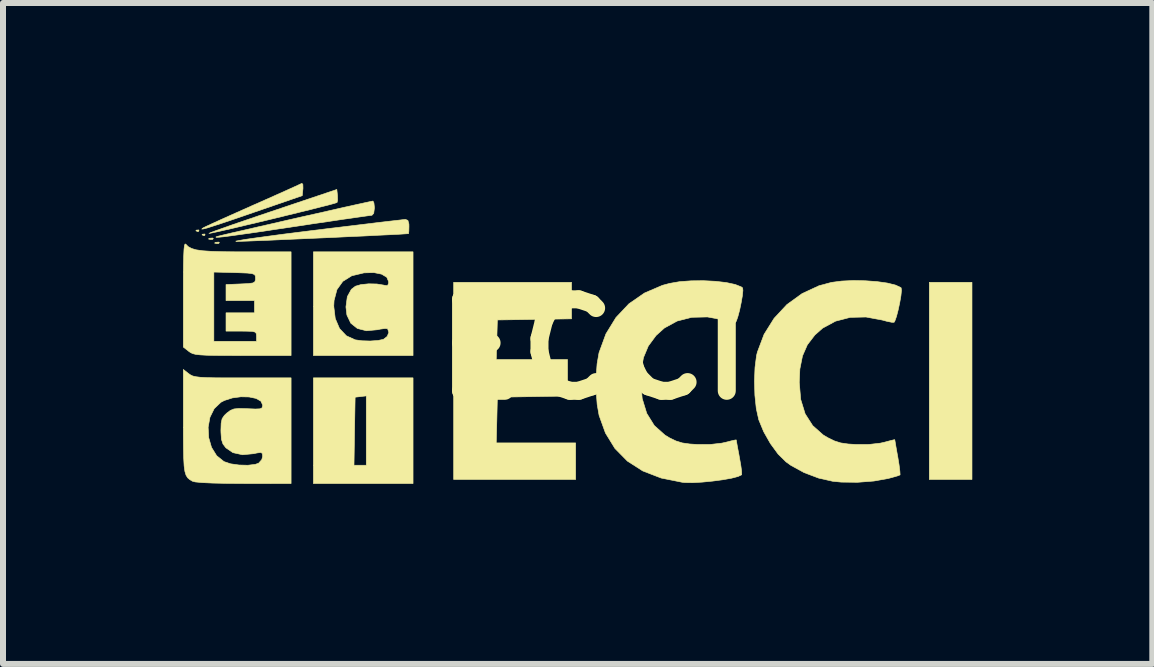
<source format=kicad_pcb>
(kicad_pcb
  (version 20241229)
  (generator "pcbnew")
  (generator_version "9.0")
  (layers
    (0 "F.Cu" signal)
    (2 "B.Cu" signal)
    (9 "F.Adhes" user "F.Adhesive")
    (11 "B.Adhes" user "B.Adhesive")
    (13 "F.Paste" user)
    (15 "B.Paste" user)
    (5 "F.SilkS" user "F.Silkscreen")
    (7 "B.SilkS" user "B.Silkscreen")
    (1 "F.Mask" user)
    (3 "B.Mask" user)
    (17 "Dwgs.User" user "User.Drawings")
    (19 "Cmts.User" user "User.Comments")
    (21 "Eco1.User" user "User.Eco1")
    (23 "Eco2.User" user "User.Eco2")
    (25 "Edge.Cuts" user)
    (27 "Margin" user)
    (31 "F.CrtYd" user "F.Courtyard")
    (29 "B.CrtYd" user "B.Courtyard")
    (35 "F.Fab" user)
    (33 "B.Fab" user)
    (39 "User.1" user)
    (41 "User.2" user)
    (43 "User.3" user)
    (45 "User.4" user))
  (footprint "ECCI"
    (layer "F.Cu")
    (at 6.846 2.772)
    (property "Reference" "ECCI" (at 0 0 0) (layer "F.SilkS") (effects (font (size 1.524 1.524) (thickness 0.3))))
    (attr through_hole)
    (fp_poly (pts (xy 6.299 2.167) (xy 5.588 2.167) (xy 5.588 -1.118) (xy 6.299 -1.118) (xy 6.299 2.167)) (stroke (width 0.01) (type solid)) (fill yes) (layer "F.SilkS"))
    (fp_poly (pts (xy -6.581 -1.987) (xy -6.586 -1.967) (xy -6.604 -1.964) (xy -6.632 -1.977) (xy -6.627 -1.987) (xy -6.586 -1.991) (xy -6.581 -1.987)) (stroke (width 0.01) (type solid)) (fill yes) (layer "F.SilkS"))
    (fp_poly (pts (xy -6.48 -1.919) (xy -6.484 -1.899) (xy -6.502 -1.897) (xy -6.53 -1.909) (xy -6.525 -1.919) (xy -6.485 -1.923) (xy -6.48 -1.919)) (stroke (width 0.01) (type solid)) (fill yes) (layer "F.SilkS"))
    (fp_poly (pts (xy -6.342 -1.849) (xy -6.352 -1.834) (xy -6.387 -1.831) (xy -6.423 -1.84) (xy -6.407 -1.852) (xy -6.354 -1.856) (xy -6.342 -1.849)) (stroke (width 0.01) (type solid)) (fill yes) (layer "F.SilkS"))
    (fp_poly (pts (xy -6.241 -1.782) (xy -6.251 -1.766) (xy -6.285 -1.764) (xy -6.321 -1.772) (xy -6.306 -1.784) (xy -6.253 -1.788) (xy -6.241 -1.782)) (stroke (width 0.01) (type solid)) (fill yes) (layer "F.SilkS"))
    (fp_poly (pts (xy -3.014 2.235) (xy -4.674 2.235) (xy -4.674 1.93) (xy -3.998 1.93) (xy -3.793 1.93) (xy -3.793 0.774) (xy -3.886 0.785) (xy -3.979 0.796) (xy -3.989 1.363) (xy -3.998 1.93) (xy -4.674 1.93) (xy -4.674 0.474) (xy -3.014 0.474) (xy -3.014 2.235)) (stroke (width 0.01) (type solid)) (fill yes) (layer "F.SilkS"))
    (fp_poly (pts (xy -0.373 -0.51) (xy -0.991 -0.5) (xy -1.609 -0.491) (xy -1.628 0.169) (xy -0.44 0.169) (xy -0.44 0.777) (xy -1.609 0.796) (xy -1.618 1.177) (xy -1.628 1.558) (xy -0.305 1.558) (xy -0.305 2.167) (xy -2.337 2.167) (xy -2.337 -1.118) (xy -0.373 -1.118) (xy -0.373 -0.51)) (stroke (width 0.01) (type solid)) (fill yes) (layer "F.SilkS"))
    (fp_poly (pts (xy -4.85 -2.75) (xy -4.848 -2.686) (xy -4.849 -2.673) (xy -4.86 -2.562) (xy -5.673 -2.282) (xy -5.949 -2.187) (xy -6.167 -2.113) (xy -6.33 -2.06) (xy -6.442 -2.024) (xy -6.509 -2.007) (xy -6.534 -2.005) (xy -6.523 -2.017) (xy -6.502 -2.03) (xy -6.458 -2.051) (xy -6.361 -2.096) (xy -6.221 -2.16) (xy -6.045 -2.239) (xy -5.843 -2.329) (xy -5.673 -2.405) (xy -5.458 -2.5) (xy -5.265 -2.586) (xy -5.1 -2.66) (xy -4.972 -2.718) (xy -4.892 -2.755) (xy -4.866 -2.767) (xy -4.85 -2.75)) (stroke (width 0.01) (type solid)) (fill yes) (layer "F.SilkS"))
    (fp_poly (pts (xy -4.273 -2.565) (xy -4.271 -2.488) (xy -4.28 -2.448) (xy -4.317 -2.436) (xy -4.409 -2.41) (xy -4.548 -2.375) (xy -4.725 -2.33) (xy -4.929 -2.28) (xy -5.15 -2.226) (xy -5.38 -2.17) (xy -5.609 -2.115) (xy -5.827 -2.064) (xy -6.024 -2.017) (xy -6.191 -1.979) (xy -6.318 -1.951) (xy -6.395 -1.935) (xy -6.414 -1.933) (xy -6.392 -1.944) (xy -6.313 -1.974) (xy -6.184 -2.02) (xy -6.012 -2.081) (xy -5.804 -2.152) (xy -5.567 -2.233) (xy -5.368 -2.3) (xy -4.284 -2.665) (xy -4.273 -2.565)) (stroke (width 0.01) (type solid)) (fill yes) (layer "F.SilkS"))
    (fp_poly (pts (xy -3.1 -2.15) (xy -3.083 -2.09) (xy -3.082 -2.049) (xy -3.084 -1.97) (xy -3.089 -1.93) (xy -3.09 -1.929) (xy -3.138 -1.926) (xy -3.244 -1.919) (xy -3.401 -1.911) (xy -3.598 -1.902) (xy -3.828 -1.89) (xy -4.081 -1.879) (xy -4.349 -1.866) (xy -4.623 -1.854) (xy -4.893 -1.842) (xy -5.152 -1.831) (xy -5.39 -1.82) (xy -5.598 -1.812) (xy -5.768 -1.805) (xy -5.89 -1.801) (xy -5.956 -1.799) (xy -5.961 -1.799) (xy -5.967 -1.804) (xy -5.912 -1.815) (xy -5.802 -1.834) (xy -5.641 -1.857) (xy -5.436 -1.885) (xy -5.192 -1.918) (xy -4.914 -1.953) (xy -4.674 -1.983) (xy -4.364 -2.021) (xy -4.073 -2.056) (xy -3.809 -2.088) (xy -3.579 -2.116) (xy -3.39 -2.138) (xy -3.249 -2.154) (xy -3.164 -2.164) (xy -3.141 -2.166) (xy -3.1 -2.15)) (stroke (width 0.01) (type solid)) (fill yes) (layer "F.SilkS"))
    (fp_poly (pts (xy -3.666 -2.442) (xy -3.658 -2.369) (xy -3.658 -2.354) (xy -3.669 -2.268) (xy -3.699 -2.235) (xy -3.701 -2.235) (xy -3.743 -2.23) (xy -3.844 -2.216) (xy -3.997 -2.194) (xy -4.194 -2.166) (xy -4.427 -2.131) (xy -4.688 -2.093) (xy -4.97 -2.05) (xy -4.978 -2.049) (xy -5.333 -1.996) (xy -5.626 -1.952) (xy -5.86 -1.919) (xy -6.039 -1.894) (xy -6.169 -1.877) (xy -6.252 -1.869) (xy -6.294 -1.868) (xy -6.298 -1.873) (xy -6.282 -1.881) (xy -6.242 -1.891) (xy -6.144 -1.915) (xy -5.999 -1.949) (xy -5.814 -1.991) (xy -5.598 -2.041) (xy -5.361 -2.095) (xy -5.11 -2.153) (xy -4.855 -2.211) (xy -4.605 -2.267) (xy -4.367 -2.321) (xy -4.152 -2.37) (xy -3.967 -2.411) (xy -3.821 -2.443) (xy -3.723 -2.464) (xy -3.683 -2.472) (xy -3.682 -2.472) (xy -3.666 -2.442)) (stroke (width 0.01) (type solid)) (fill yes) (layer "F.SilkS"))
    (fp_poly (pts (xy -3.014 0.102) (xy -4.674 0.102) (xy -4.674 -0.719) (xy -4.335 -0.719) (xy -4.31 -0.514) (xy -4.239 -0.348) (xy -4.125 -0.227) (xy -3.979 -0.16) (xy -3.865 -0.144) (xy -3.727 -0.14) (xy -3.597 -0.149) (xy -3.507 -0.168) (xy -3.444 -0.217) (xy -3.417 -0.285) (xy -3.438 -0.345) (xy -3.479 -0.349) (xy -3.561 -0.338) (xy -3.607 -0.328) (xy -3.791 -0.311) (xy -3.941 -0.349) (xy -4.051 -0.437) (xy -4.116 -0.573) (xy -4.132 -0.708) (xy -4.109 -0.879) (xy -4.042 -1.001) (xy -3.974 -1.053) (xy -3.882 -1.08) (xy -3.753 -1.093) (xy -3.616 -1.09) (xy -3.5 -1.071) (xy -3.494 -1.069) (xy -3.439 -1.062) (xy -3.421 -1.102) (xy -3.421 -1.13) (xy -3.451 -1.202) (xy -3.537 -1.254) (xy -3.665 -1.28) (xy -3.826 -1.276) (xy -3.835 -1.275) (xy -4.035 -1.227) (xy -4.184 -1.134) (xy -4.282 -0.997) (xy -4.33 -0.815) (xy -4.335 -0.719) (xy -4.674 -0.719) (xy -4.674 -1.626) (xy -3.014 -1.626) (xy -3.014 0.102)) (stroke (width 0.01) (type solid)) (fill yes) (layer "F.SilkS"))
    (fp_poly (pts (xy -6.799 -1.752) (xy -6.799 -1.752) (xy -6.761 -1.713) (xy -6.707 -1.683) (xy -6.631 -1.66) (xy -6.522 -1.644) (xy -6.374 -1.634) (xy -6.178 -1.628) (xy -5.926 -1.626) (xy -5.806 -1.626) (xy -5.046 -1.626) (xy -5.046 0.102) (xy -5.854 0.102) (xy -6.11 0.101) (xy -6.307 0.1) (xy -6.453 0.097) (xy -6.559 0.091) (xy -6.633 0.083) (xy -6.684 0.07) (xy -6.721 0.053) (xy -6.752 0.031) (xy -6.841 -0.039) (xy -6.841 -0.135) (xy -6.333 -0.135) (xy -5.622 -0.135) (xy -5.622 -0.22) (xy -5.625 -0.263) (xy -5.644 -0.288) (xy -5.693 -0.301) (xy -5.787 -0.304) (xy -5.876 -0.305) (xy -6.13 -0.305) (xy -6.13 -0.61) (xy -5.656 -0.61) (xy -5.656 -0.813) (xy -6.13 -0.813) (xy -6.13 -1.081) (xy -5.884 -1.091) (xy -5.758 -1.097) (xy -5.684 -1.107) (xy -5.65 -1.127) (xy -5.639 -1.161) (xy -5.639 -1.185) (xy -5.641 -1.223) (xy -5.656 -1.248) (xy -5.696 -1.263) (xy -5.772 -1.272) (xy -5.898 -1.277) (xy -5.986 -1.28) (xy -6.333 -1.289) (xy -6.333 -0.135) (xy -6.841 -0.135) (xy -6.841 -0.923) (xy -6.841 -1.196) (xy -6.839 -1.407) (xy -6.835 -1.563) (xy -6.83 -1.669) (xy -6.822 -1.732) (xy -6.812 -1.758) (xy -6.799 -1.752)) (stroke (width 0.01) (type solid)) (fill yes) (layer "F.SilkS"))
    (fp_poly (pts (xy -6.752 0.404) (xy -6.72 0.426) (xy -6.684 0.443) (xy -6.632 0.455) (xy -6.558 0.464) (xy -6.452 0.47) (xy -6.304 0.473) (xy -6.107 0.474) (xy -5.854 0.474) (xy -5.046 0.474) (xy -5.046 2.235) (xy -5.834 2.234) (xy -6.12 2.232) (xy -6.353 2.227) (xy -6.528 2.219) (xy -6.643 2.208) (xy -6.689 2.196) (xy -6.734 2.169) (xy -6.769 2.139) (xy -6.796 2.096) (xy -6.815 2.034) (xy -6.828 1.943) (xy -6.835 1.816) (xy -6.839 1.643) (xy -6.841 1.418) (xy -6.841 1.296) (xy -6.428 1.296) (xy -6.419 1.469) (xy -6.372 1.632) (xy -6.286 1.771) (xy -6.164 1.869) (xy -6.055 1.906) (xy -5.913 1.926) (xy -5.767 1.93) (xy -5.642 1.915) (xy -5.586 1.895) (xy -5.534 1.836) (xy -5.52 1.782) (xy -5.525 1.734) (xy -5.55 1.717) (xy -5.614 1.725) (xy -5.668 1.737) (xy -5.855 1.755) (xy -6.015 1.72) (xy -6.133 1.639) (xy -6.181 1.575) (xy -6.206 1.499) (xy -6.214 1.386) (xy -6.215 1.349) (xy -6.211 1.23) (xy -6.195 1.155) (xy -6.158 1.1) (xy -6.116 1.06) (xy -6.057 1.016) (xy -5.998 0.992) (xy -5.917 0.984) (xy -5.793 0.987) (xy -5.768 0.988) (xy -5.641 0.993) (xy -5.567 0.99) (xy -5.532 0.976) (xy -5.521 0.946) (xy -5.52 0.925) (xy -5.55 0.861) (xy -5.631 0.816) (xy -5.746 0.792) (xy -5.882 0.789) (xy -6.024 0.808) (xy -6.156 0.85) (xy -6.216 0.881) (xy -6.327 0.987) (xy -6.398 1.131) (xy -6.428 1.296) (xy -6.841 1.296) (xy -6.841 1.193) (xy -6.841 0.334) (xy -6.752 0.404)) (stroke (width 0.01) (type solid)) (fill yes) (layer "F.SilkS"))
    (fp_poly (pts (xy 2.025 -1.135) (xy 2.206 -1.114) (xy 2.354 -1.082) (xy 2.455 -1.042) (xy 2.477 -1.025) (xy 2.482 -0.982) (xy 2.473 -0.893) (xy 2.453 -0.778) (xy 2.428 -0.657) (xy 2.399 -0.549) (xy 2.373 -0.473) (xy 2.36 -0.452) (xy 2.321 -0.452) (xy 2.239 -0.469) (xy 2.165 -0.489) (xy 1.892 -0.541) (xy 1.629 -0.535) (xy 1.387 -0.473) (xy 1.174 -0.357) (xy 1.035 -0.232) (xy 0.906 -0.057) (xy 0.825 0.137) (xy 0.785 0.365) (xy 0.779 0.525) (xy 0.804 0.818) (xy 0.88 1.066) (xy 1.006 1.269) (xy 1.183 1.427) (xy 1.26 1.474) (xy 1.368 1.526) (xy 1.472 1.558) (xy 1.598 1.576) (xy 1.727 1.584) (xy 1.943 1.583) (xy 2.129 1.562) (xy 2.193 1.548) (xy 2.291 1.523) (xy 2.355 1.509) (xy 2.371 1.508) (xy 2.377 1.543) (xy 2.392 1.628) (xy 2.415 1.748) (xy 2.423 1.795) (xy 2.446 1.924) (xy 2.46 2.025) (xy 2.462 2.082) (xy 2.461 2.089) (xy 2.402 2.117) (xy 2.291 2.146) (xy 2.144 2.172) (xy 1.978 2.194) (xy 1.806 2.211) (xy 1.647 2.22) (xy 1.514 2.218) (xy 1.473 2.214) (xy 1.12 2.143) (xy 0.814 2.025) (xy 0.558 1.861) (xy 0.35 1.65) (xy 0.192 1.393) (xy 0.086 1.099) (xy 0.054 0.917) (xy 0.038 0.695) (xy 0.037 0.46) (xy 0.053 0.238) (xy 0.085 0.055) (xy 0.086 0.052) (xy 0.2 -0.259) (xy 0.367 -0.531) (xy 0.583 -0.76) (xy 0.843 -0.94) (xy 1.142 -1.068) (xy 1.261 -1.1) (xy 1.429 -1.129) (xy 1.622 -1.143) (xy 1.826 -1.145) (xy 2.025 -1.135)) (stroke (width 0.01) (type solid)) (fill yes) (layer "F.SilkS"))
    (fp_poly (pts (xy 4.522 -1.144) (xy 4.716 -1.13) (xy 4.888 -1.106) (xy 5.025 -1.072) (xy 5.111 -1.032) (xy 5.119 -1.025) (xy 5.124 -0.982) (xy 5.115 -0.893) (xy 5.095 -0.778) (xy 5.069 -0.657) (xy 5.041 -0.549) (xy 5.014 -0.473) (xy 5.001 -0.452) (xy 4.963 -0.452) (xy 4.88 -0.469) (xy 4.806 -0.489) (xy 4.533 -0.54) (xy 4.27 -0.534) (xy 4.026 -0.471) (xy 3.811 -0.355) (xy 3.681 -0.24) (xy 3.556 -0.077) (xy 3.475 0.108) (xy 3.431 0.327) (xy 3.421 0.548) (xy 3.445 0.833) (xy 3.519 1.073) (xy 3.645 1.27) (xy 3.821 1.426) (xy 3.899 1.472) (xy 4.008 1.525) (xy 4.112 1.558) (xy 4.237 1.576) (xy 4.369 1.584) (xy 4.585 1.583) (xy 4.771 1.562) (xy 4.834 1.548) (xy 4.932 1.522) (xy 4.997 1.506) (xy 5.012 1.504) (xy 5.018 1.536) (xy 5.032 1.62) (xy 5.053 1.739) (xy 5.063 1.793) (xy 5.084 1.923) (xy 5.097 2.026) (xy 5.101 2.084) (xy 5.1 2.091) (xy 5.062 2.106) (xy 4.979 2.13) (xy 4.905 2.15) (xy 4.664 2.193) (xy 4.392 2.214) (xy 4.121 2.211) (xy 3.979 2.197) (xy 3.744 2.144) (xy 3.501 2.052) (xy 3.282 1.932) (xy 3.2 1.873) (xy 3.069 1.744) (xy 2.941 1.569) (xy 2.829 1.372) (xy 2.747 1.173) (xy 2.744 1.161) (xy 2.705 0.984) (xy 2.682 0.765) (xy 2.675 0.529) (xy 2.684 0.3) (xy 2.709 0.104) (xy 2.723 0.046) (xy 2.835 -0.251) (xy 3.002 -0.518) (xy 3.215 -0.747) (xy 3.468 -0.93) (xy 3.75 -1.061) (xy 3.959 -1.117) (xy 4.129 -1.139) (xy 4.322 -1.148) (xy 4.522 -1.144)) (stroke (width 0.01) (type solid)) (fill yes) (layer "F.SilkS")))
  (gr_rect
    (start -3 -3)
    (end 16.15 8.012)
    (stroke (width 0.1) (type default))
    (fill no)
    (layer "Edge.Cuts")))
</source>
